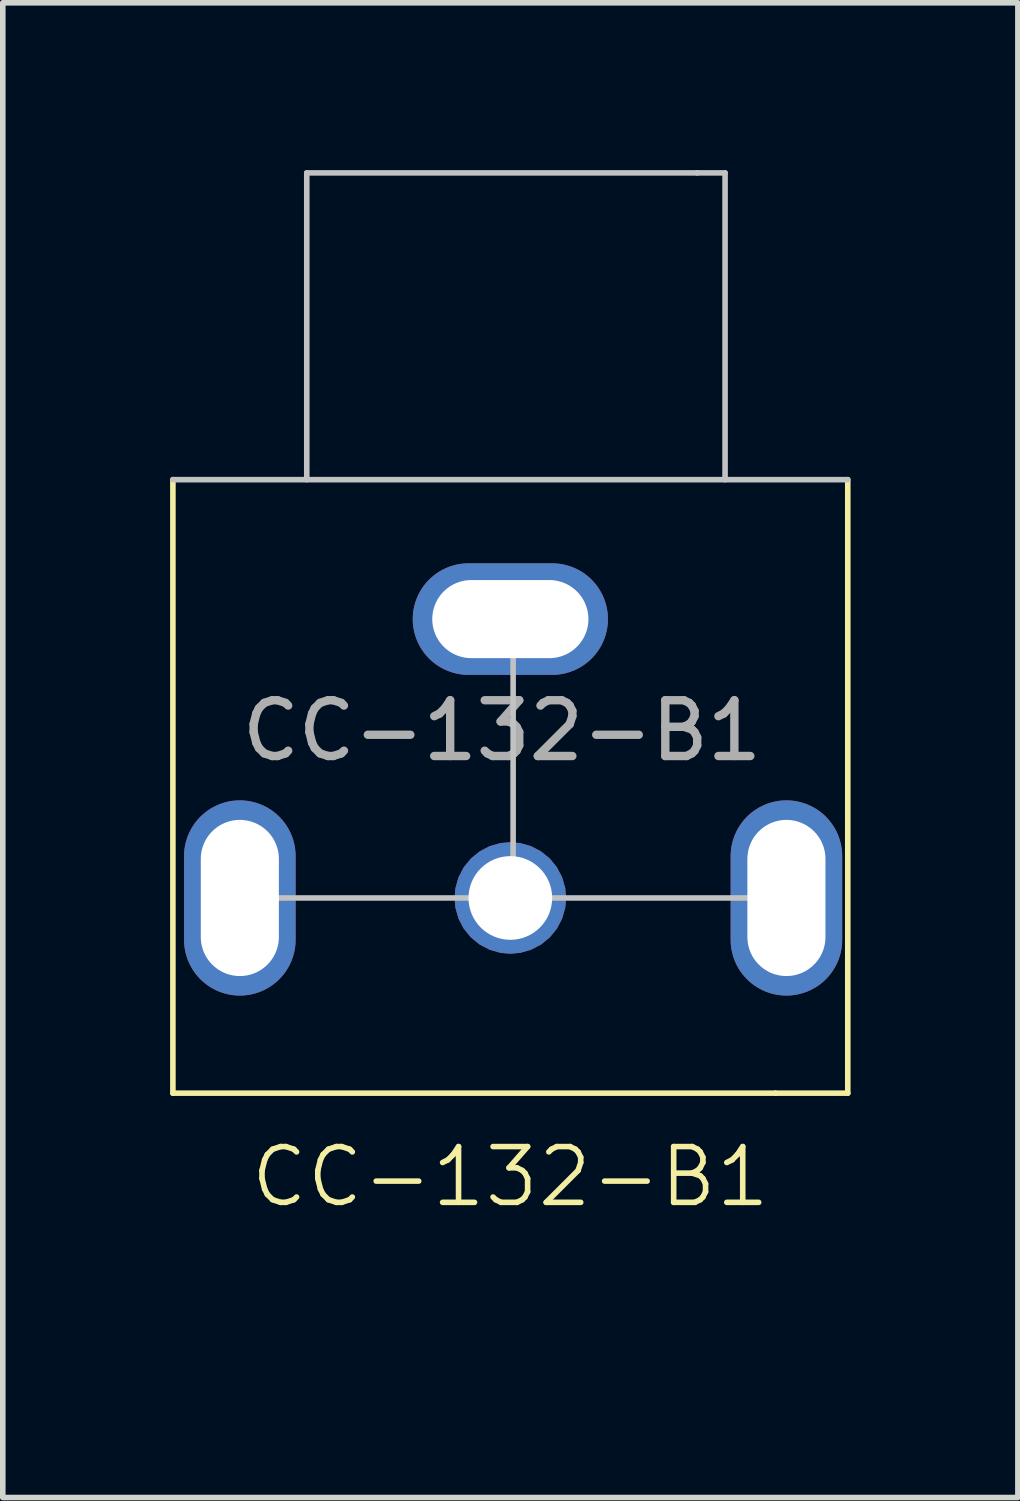
<source format=kicad_pcb>
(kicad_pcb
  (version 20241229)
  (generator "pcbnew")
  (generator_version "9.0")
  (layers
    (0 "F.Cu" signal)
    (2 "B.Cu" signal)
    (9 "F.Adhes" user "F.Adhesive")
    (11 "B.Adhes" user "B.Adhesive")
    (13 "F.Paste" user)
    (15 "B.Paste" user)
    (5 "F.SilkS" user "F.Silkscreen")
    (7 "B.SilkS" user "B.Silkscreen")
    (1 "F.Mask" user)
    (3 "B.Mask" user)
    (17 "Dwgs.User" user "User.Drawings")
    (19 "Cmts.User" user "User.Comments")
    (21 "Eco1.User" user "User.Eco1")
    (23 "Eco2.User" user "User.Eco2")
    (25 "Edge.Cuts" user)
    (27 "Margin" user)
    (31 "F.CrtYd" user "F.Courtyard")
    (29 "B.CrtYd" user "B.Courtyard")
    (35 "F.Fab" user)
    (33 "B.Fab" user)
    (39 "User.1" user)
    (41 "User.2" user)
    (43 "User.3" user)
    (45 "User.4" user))
  (footprint "CC-132-B1"
    (layer "F.Cu")
    (at 5.95 20.55)
    (property "Reference" "CC-132-B1" (at 0.15 -2.5 0) (unlocked yes) (layer "F.SilkS") (effects (font (size 1 1) (thickness 0.1))))
    (attr smd)
    (fp_line (start -5.9 -4) (end -5.9 -15) (stroke (width 0.1) (type default)) (layer "F.SilkS"))
    (fp_line (start -5.9 -4) (end 4.9 -4) (stroke (width 0.1) (type solid)) (layer "F.SilkS"))
    (fp_line (start 4.9 -4) (end 6.2 -4) (stroke (width 0.1) (type default)) (layer "F.SilkS"))
    (fp_line (start 6.2 -4) (end 6.2 -15) (stroke (width 0.1) (type default)) (layer "F.SilkS"))
    (fp_line (start -5.9 -15) (end 6.2 -15) (stroke (width 0.1) (type default)) (layer "Dwgs.User"))
    (fp_line (start -3.5 -20.5) (end 3.5 -20.5) (stroke (width 0.1) (type default)) (layer "Dwgs.User"))
    (fp_line (start -3.5 -15) (end -3.5 -20.5) (stroke (width 0.1) (type default)) (layer "Dwgs.User"))
    (fp_line (start 0.2 -7.5) (end -4.7 -7.5) (stroke (width 0.1) (type default)) (layer "Dwgs.User"))
    (fp_line (start 0.2 -7.5) (end 0.2 -12.5) (stroke (width 0.1) (type default)) (layer "Dwgs.User"))
    (fp_line (start 0.2 -7.5) (end 5.1 -7.5) (stroke (width 0.1) (type default)) (layer "Dwgs.User"))
    (fp_line (start 3.5 -20.5) (end 4 -20.5) (stroke (width 0.1) (type default)) (layer "Dwgs.User"))
    (fp_line (start 4 -20.5) (end 4 -15) (stroke (width 0.1) (type default)) (layer "Dwgs.User"))
    (fp_text user "${REFERENCE}" (at 0 -10.5 0) (unlocked yes) (layer "F.Fab") (effects (font (size 1 1) (thickness 0.15))))
    (pad "1" thru_hole roundrect (at 0.15 -7.5) (size 2 2) (drill 1.5) (layers "*.Cu" "*.Mask") (roundrect_rratio 0.5))
    (pad "2" thru_hole oval (at -4.7 -7.5 90) (size 3.5 2) (drill oval 2.8 1.4) (layers "*.Cu" "*.Mask"))
    (pad "2" thru_hole oval (at 0.15 -12.5) (size 3.5 2) (drill oval 2.8 1.4) (layers "*.Cu" "*.Mask"))
    (pad "2" thru_hole oval (at 5.1 -7.5 270) (size 3.5 2) (drill oval 2.8 1.4) (layers "*.Cu" "*.Mask")))
  (gr_rect
    (start -3 -3)
    (end 15.2 23.8)
    (stroke (width 0.1) (type default))
    (fill no)
    (layer "Edge.Cuts")))
</source>
